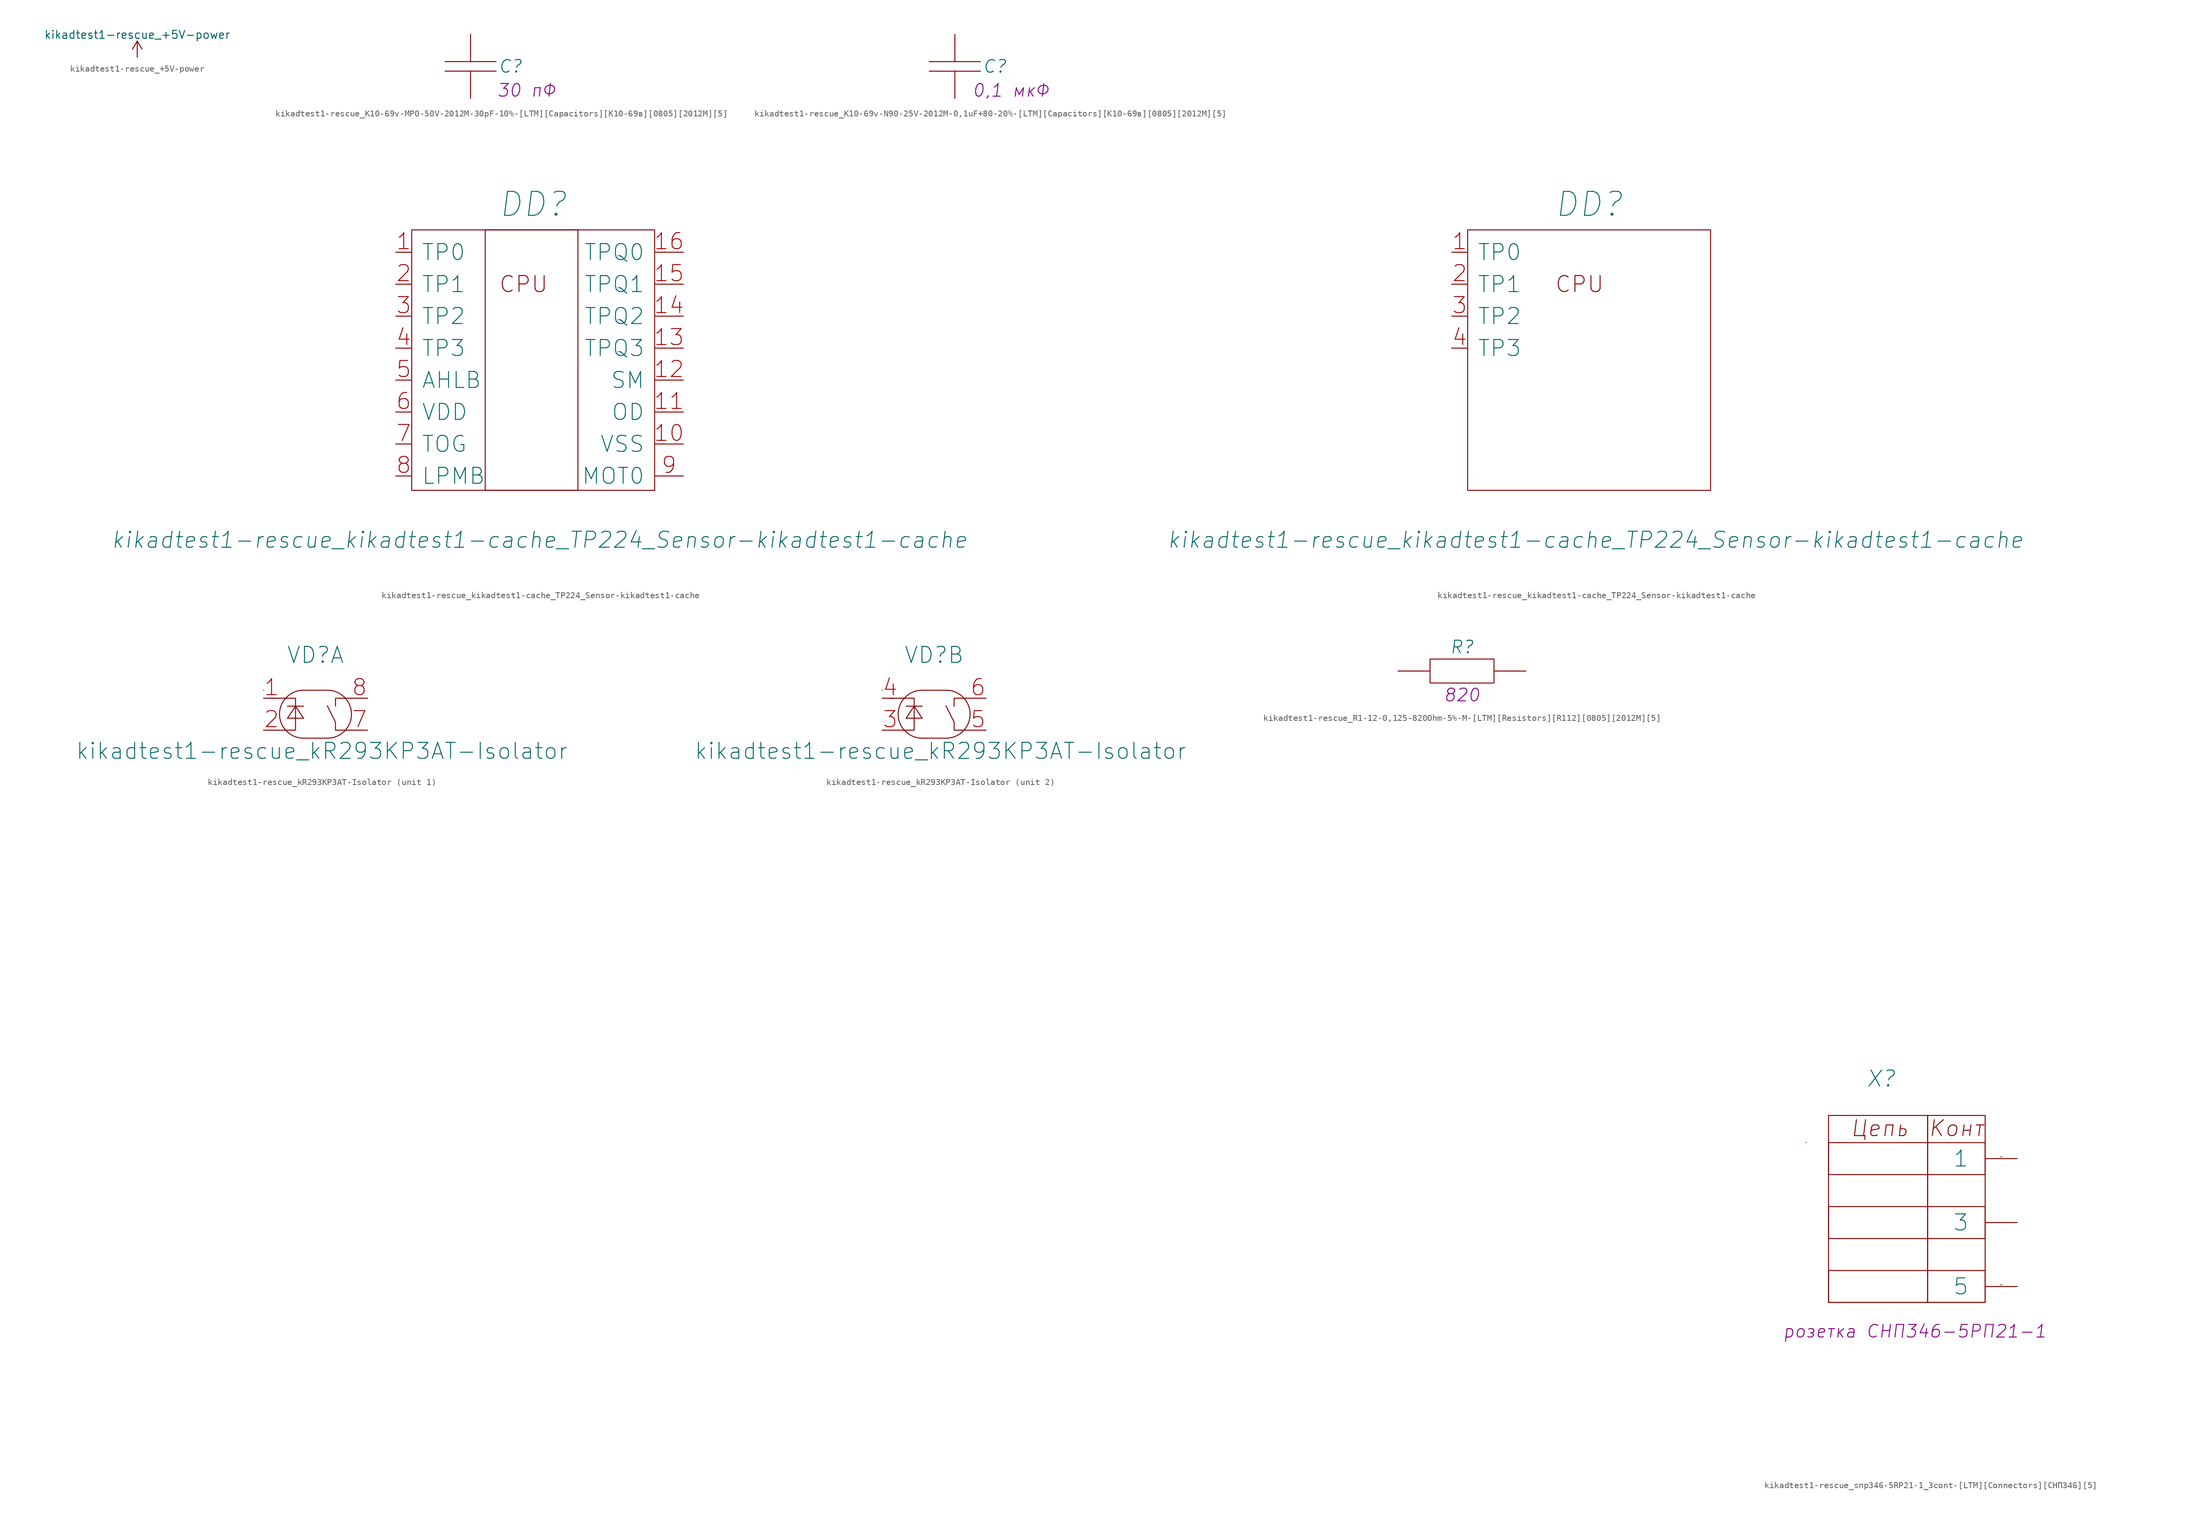
<source format=kicad_sym>
(kicad_symbol_lib
  (version 20210619)
  (generator kicad_symbol_editor)
  (symbol "kikadtest1-rescue_+5V-power"
    (power)
    (pin_names
      (offset 0))
    (property "Reference" "#PWR"
      (at 0 -3.81 0)
      (effects (font (size 1.27 1.27)) hide))
    (property "Value" "kikadtest1-rescue_+5V-power"
      (at 0 3.556 0)
      (effects (font (size 1.27 1.27))))
    (symbol "kikadtest1-rescue_+5V-power_0_1"
      (polyline (pts (xy -0.762 1.27) (xy 0 2.54)) (stroke (width 0)) (fill (type none)))
      (polyline (pts (xy 0 0) (xy 0 2.54)) (stroke (width 0)) (fill (type none)))
      (polyline (pts (xy 0 2.54) (xy 0.762 1.27)) (stroke (width 0)) (fill (type none))))
    (symbol "kikadtest1-rescue_+5V-power_1_1"
      (pin power_in line (at 0 0 90) (length 0) hide (name "+5V" (effects (font (size 1.27 1.27)))) (number "1" (effects (font (size 1.27 1.27)))))))
  (symbol "kikadtest1-rescue_K10-69v-MP0-50V-2012M-30pF-10%-[LTM][Capacitors][К10-69в][0805][2012M][5]"
    (pin_numbers hide)
    (pin_names
      (offset 0) hide)
    (property "Reference" "C"
      (at 6.35 0 0)
      (effects (font (size 2.007 2.007) italic)))
    (property "ValueName" "30 пФ"
      (at 8.89 -3.81 0)
      (effects (font (size 2.007 2.007) italic)))
    (symbol "kikadtest1-rescue_K10-69v-MP0-50V-2012M-30pF-10%-[LTM][Capacitors][К10-69в][0805][2012M][5]_0_1"
      (polyline (pts (xy -4.064 -0.762) (xy 4.064 -0.762)) (stroke (width 0)) (fill (type none)))
      (polyline (pts (xy -4.064 0.762) (xy 4.064 0.762)) (stroke (width 0)) (fill (type none))))
    (symbol "kikadtest1-rescue_K10-69v-MP0-50V-2012M-30pF-10%-[LTM][Capacitors][К10-69в][0805][2012M][5]_1_1"
      (pin passive line (at 0 -5.08 90) (length 4.318) (name "~" (effects (font (size 2.54 2.54)))) (number "1" (effects (font (size 2.54 2.54)))))
      (pin passive line (at 0 5.08 270) (length 4.318) (name "~" (effects (font (size 2.54 2.54)))) (number "2" (effects (font (size 2.54 2.54)))))))
  (symbol "kikadtest1-rescue_K10-69v-N90-25V-2012M-0,1uF+80-20%-[LTM][Capacitors][К10-69в][0805][2012M][5]"
    (pin_numbers hide)
    (pin_names
      (offset 0) hide)
    (property "Reference" "C"
      (at 6.35 0 0)
      (effects (font (size 2.007 2.007) italic)))
    (property "ValueName" "0,1 мкФ"
      (at 8.89 -3.81 0)
      (effects (font (size 2.007 2.007) italic)))
    (symbol "kikadtest1-rescue_K10-69v-N90-25V-2012M-0,1uF+80-20%-[LTM][Capacitors][К10-69в][0805][2012M][5]_0_1"
      (polyline (pts (xy -4.064 -0.762) (xy 4.064 -0.762)) (stroke (width 0)) (fill (type none)))
      (polyline (pts (xy -4.064 0.762) (xy 4.064 0.762)) (stroke (width 0)) (fill (type none))))
    (symbol "kikadtest1-rescue_K10-69v-N90-25V-2012M-0,1uF+80-20%-[LTM][Capacitors][К10-69в][0805][2012M][5]_1_1"
      (pin passive line (at 0 -5.08 90) (length 4.318) (name "~" (effects (font (size 2.54 2.54)))) (number "1" (effects (font (size 2.54 2.54)))))
      (pin passive line (at 0 5.08 270) (length 4.318) (name "~" (effects (font (size 2.54 2.54)))) (number "2" (effects (font (size 2.54 2.54)))))))
  (symbol "kikadtest1-rescue_kikadtest1-cache_TP224_Sensor-kikadtest1-cache"
    (pin_names
      (offset 1.524))
    (property "Reference" "DD"
      (at 21.844 7.62 0)
      (effects (font (size 3.81 3.81) italic)))
    (property "Value" "kikadtest1-rescue_kikadtest1-cache_TP224_Sensor-kikadtest1-cache"
      (at 22.86 -45.72 0)
      (effects (font (size 2.54 2.54) italic)))
    (symbol "kikadtest1-rescue_kikadtest1-cache_TP224_Sensor-kikadtest1-cache_0_0"
      (text "CPU" (at 20.32 -5.08 0) (effects (font (size 2.54 2.54))))
      (rectangle (start 2.54 2.54) (end 2.54 2.54) (stroke (width 0)) (fill (type none)))
      (rectangle (start 2.54 3.556) (end 41.148 -37.846) (stroke (width 0)) (fill (type none)))
      (rectangle (start 41.148 -37.846) (end 41.148 -37.846) (stroke (width 0)) (fill (type none)))
      (rectangle (start 41.148 -37.846) (end 41.148 -37.846) (stroke (width 0)) (fill (type none))))
    (symbol "kikadtest1-rescue_kikadtest1-cache_TP224_Sensor-kikadtest1-cache_0_1"
      (rectangle (start 14.224 -37.846) (end 28.956 3.556) (stroke (width 0)) (fill (type none)))
      (pin input line (at 45.72 -30.48 180) (length 4.572) (name "VSS" (effects (font (size 2.54 2.54)))) (number "10" (effects (font (size 2.54 2.54)))))
      (pin input line (at 45.72 -25.4 180) (length 4.572) (name "OD" (effects (font (size 2.54 2.54)))) (number "11" (effects (font (size 2.54 2.54)))))
      (pin input line (at 45.72 -20.32 180) (length 4.572) (name "SM" (effects (font (size 2.54 2.54)))) (number "12" (effects (font (size 2.54 2.54)))))
      (pin input line (at 45.72 -15.24 180) (length 4.572) (name "TPQ3" (effects (font (size 2.54 2.54)))) (number "13" (effects (font (size 2.54 2.54)))))
      (pin input line (at 45.72 -10.16 180) (length 4.572) (name "TPQ2" (effects (font (size 2.54 2.54)))) (number "14" (effects (font (size 2.54 2.54)))))
      (pin input line (at 45.72 -5.08 180) (length 4.572) (name "TPQ1" (effects (font (size 2.54 2.54)))) (number "15" (effects (font (size 2.54 2.54)))))
      (pin input line (at 45.72 0 180) (length 4.572) (name "TPQ0" (effects (font (size 2.54 2.54)))) (number "16" (effects (font (size 2.54 2.54)))))
      (pin input line (at 0 -5.08 0) (length 2.54) (name "TP1" (effects (font (size 2.54 2.54)))) (number "2" (effects (font (size 2.54 2.54)))))
      (pin input line (at 0 -10.16 0) (length 2.54) (name "TP2" (effects (font (size 2.54 2.54)))) (number "3" (effects (font (size 2.54 2.54)))))
      (pin input line (at 0 -15.24 0) (length 2.54) (name "TP3" (effects (font (size 2.54 2.54)))) (number "4" (effects (font (size 2.54 2.54)))))
      (pin input line (at 0 -20.32 0) (length 2.54) (name "AHLB" (effects (font (size 2.54 2.54)))) (number "5" (effects (font (size 2.54 2.54)))))
      (pin input line (at 0 -25.4 0) (length 2.54) (name "VDD" (effects (font (size 2.54 2.54)))) (number "6" (effects (font (size 2.54 2.54)))))
      (pin input line (at 0 -30.48 0) (length 2.54) (name "TOG" (effects (font (size 2.54 2.54)))) (number "7" (effects (font (size 2.54 2.54)))))
      (pin input line (at 0 -35.56 0) (length 2.54) (name "LPMB" (effects (font (size 2.54 2.54)))) (number "8" (effects (font (size 2.54 2.54)))))
      (pin input line (at 45.72 -35.56 180) (length 4.572) (name "MOT0" (effects (font (size 2.54 2.54)))) (number "9" (effects (font (size 2.54 2.54))))))
    (symbol "kikadtest1-rescue_kikadtest1-cache_TP224_Sensor-kikadtest1-cache_0_2"
      (pin input line (at 0 -5.08 0) (length 2.54) (name "TP1" (effects (font (size 2.54 2.54)))) (number "2" (effects (font (size 2.54 2.54)))))
      (pin input line (at 0 -10.16 0) (length 2.54) (name "TP2" (effects (font (size 2.54 2.54)))) (number "3" (effects (font (size 2.54 2.54)))))
      (pin input line (at 0 -15.24 0) (length 2.54) (name "TP3" (effects (font (size 2.54 2.54)))) (number "4" (effects (font (size 2.54 2.54))))))
    (symbol "kikadtest1-rescue_kikadtest1-cache_TP224_Sensor-kikadtest1-cache_1_1"
      (pin input line (at 0 0 0) (length 2.54) (name "TP0" (effects (font (size 2.54 2.54)))) (number "1" (effects (font (size 2.54 2.54))))))
    (symbol "kikadtest1-rescue_kikadtest1-cache_TP224_Sensor-kikadtest1-cache_1_2"
      (pin input line (at 0 0 0) (length 2.54) (name "TP0" (effects (font (size 2.54 2.54)))) (number "1" (effects (font (size 2.54 2.54)))))))
  (symbol "kikadtest1-rescue_kR293KP3AT-Isolator"
    (pin_names
      (offset 1.016))
    (property "Reference" "VD"
      (at 8.255 6.858 0)
      (effects (font (size 2.54 2.54))))
    (property "Value" "kikadtest1-rescue_kR293KP3AT-Isolator"
      (at 9.271 -8.382 0)
      (effects (font (size 2.54 2.54))))
    (symbol "kikadtest1-rescue_kR293KP3AT-Isolator_0_1"
      (arc (start 6.35 1.27) (end 6.35 -6.35) (radius (at 6.35 -2.54) (length 3.81) (angles 90.1 -90.1)) (stroke (width 0)) (fill (type none)))
      (arc (start 10.16 -6.35) (end 10.16 1.27) (radius (at 10.16 -2.54) (length 3.81) (angles -89.9 89.9)) (stroke (width 0)) (fill (type none)))
      (polyline (pts (xy 0 1.27) (xy 0 1.27)) (stroke (width 0)) (fill (type none)))
      (polyline (pts (xy 1.27 0) (xy 1.27 0)) (stroke (width 0)) (fill (type none)))
      (polyline (pts (xy 1.27 0) (xy 1.27 0)) (stroke (width 0)) (fill (type none)))
      (polyline (pts (xy 1.905 0) (xy 1.27 0)) (stroke (width 0)) (fill (type none)))
      (polyline (pts (xy 1.905 0) (xy 1.905 0)) (stroke (width 0)) (fill (type none)))
      (polyline (pts (xy 1.905 0) (xy 1.905 0)) (stroke (width 0)) (fill (type none)))
      (polyline (pts (xy 3.81 -3.175) (xy 3.81 -3.175)) (stroke (width 0)) (fill (type none)))
      (polyline (pts (xy 3.81 -1.27) (xy 6.35 -1.27)) (stroke (width 0)) (fill (type none)))
      (polyline (pts (xy 5.08 -1.27) (xy 3.81 -3.175)) (stroke (width 0)) (fill (type none)))
      (polyline (pts (xy 5.08 -1.27) (xy 5.08 -3.81)) (stroke (width 0)) (fill (type none)))
      (polyline (pts (xy 5.08 -1.27) (xy 5.08 -1.27)) (stroke (width 0)) (fill (type none)))
      (polyline (pts (xy 6.35 -6.35) (xy 6.35 -6.35)) (stroke (width 0)) (fill (type none)))
      (polyline (pts (xy 6.35 -6.35) (xy 10.16 -6.35)) (stroke (width 0)) (fill (type none)))
      (polyline (pts (xy 6.35 -3.175) (xy 3.81 -3.175)) (stroke (width 0)) (fill (type none)))
      (polyline (pts (xy 6.35 -3.175) (xy 5.08 -1.27)) (stroke (width 0)) (fill (type none)))
      (polyline (pts (xy 10.16 -1.27) (xy 10.16 -1.27)) (stroke (width 0)) (fill (type none)))
      (polyline (pts (xy 10.16 -1.27) (xy 10.16 -1.27)) (stroke (width 0)) (fill (type none)))
      (polyline (pts (xy 10.16 -1.27) (xy 10.16 -1.27)) (stroke (width 0)) (fill (type none)))
      (polyline (pts (xy 10.16 -1.27) (xy 10.16 -1.27)) (stroke (width 0)) (fill (type none)))
      (polyline (pts (xy 10.16 -1.27) (xy 10.16 -1.27)) (stroke (width 0)) (fill (type none)))
      (polyline (pts (xy 10.16 -1.27) (xy 10.16 -1.27)) (stroke (width 0)) (fill (type none)))
      (polyline (pts (xy 10.16 1.27) (xy 6.35 1.27)) (stroke (width 0)) (fill (type none)))
      (polyline (pts (xy 11.43 -3.81) (xy 10.16 -1.27)) (stroke (width 0)) (fill (type none)))
      (polyline (pts (xy 2.54 -5.08) (xy 5.08 -5.08) (xy 5.08 -3.81)) (stroke (width 0)) (fill (type none)))
      (polyline (pts (xy 2.54 0) (xy 5.08 0) (xy 5.08 -1.27)) (stroke (width 0)) (fill (type none)))
      (polyline (pts (xy 13.97 -5.08) (xy 11.43 -5.08) (xy 11.43 -3.81)) (stroke (width 0)) (fill (type none)))
      (polyline (pts (xy 13.97 0) (xy 11.43 0) (xy 11.43 -1.27)) (stroke (width 0)) (fill (type none))))
    (symbol "kikadtest1-rescue_kR293KP3AT-Isolator_1_1"
      (pin input line (at 0 0 0) (length 2.54) (name "~" (effects (font (size 2.54 2.54)))) (number "1" (effects (font (size 2.54 2.54)))))
      (pin input line (at 0 -5.08 0) (length 2.54) (name "~" (effects (font (size 2.54 2.54)))) (number "2" (effects (font (size 2.54 2.54)))))
      (pin input line (at 16.51 -5.08 180) (length 2.54) (name "~" (effects (font (size 2.54 2.54)))) (number "7" (effects (font (size 2.54 2.54)))))
      (pin input line (at 16.51 0 180) (length 2.54) (name "~" (effects (font (size 2.54 2.54)))) (number "8" (effects (font (size 2.54 2.54))))))
    (symbol "kikadtest1-rescue_kR293KP3AT-Isolator_2_1"
      (pin input line (at 0 -5.08 0) (length 2.54) (name "~" (effects (font (size 2.54 2.54)))) (number "3" (effects (font (size 2.54 2.54)))))
      (pin input line (at 0 0 0) (length 2.54) (name "~" (effects (font (size 2.54 2.54)))) (number "4" (effects (font (size 2.54 2.54)))))
      (pin input line (at 16.51 -5.08 180) (length 2.54) (name "~" (effects (font (size 2.54 2.54)))) (number "5" (effects (font (size 2.54 2.54)))))
      (pin input line (at 16.51 0 180) (length 2.54) (name "~" (effects (font (size 2.54 2.54)))) (number "6" (effects (font (size 2.54 2.54)))))))
  (symbol "kikadtest1-rescue_R1-12-0,125-820Ohm-5%-M-[LTM][Resistors][R112][0805][2012M][5]"
    (pin_numbers hide)
    (pin_names
      (offset 0) hide)
    (property "Reference" "R"
      (at 0 3.81 0)
      (effects (font (size 2.007 2.007) italic)))
    (property "ValueName" "820"
      (at 0 -3.81 0)
      (effects (font (size 2.007 2.007) italic)))
    (symbol "kikadtest1-rescue_R1-12-0,125-820Ohm-5%-M-[LTM][Resistors][R112][0805][2012M][5]_0_1"
      (rectangle (start -5.08 1.905) (end 5.08 -1.905) (stroke (width 0)) (fill (type none))))
    (symbol "kikadtest1-rescue_R1-12-0,125-820Ohm-5%-M-[LTM][Resistors][R112][0805][2012M][5]_1_1"
      (pin passive line (at -10.16 0 0) (length 5.08) (name "~" (effects (font (size 2.54 2.54)))) (number "1" (effects (font (size 2.54 2.54)))))
      (pin passive line (at 10.16 0 180) (length 5.08) (name "~" (effects (font (size 2.54 2.54)))) (number "2" (effects (font (size 2.54 2.54)))))))
  (symbol "kikadtest1-rescue_snp346-5RP21-1_3cont-[LTM][Connectors][СНП346][5]"
    (pin_names
      (offset 2.54))
    (property "Reference" "X"
      (at -21.59 12.7 0)
      (effects (font (size 2.54 2.54) italic)))
    (property "ValueName" "розетка СНП346-5PП21-1"
      (at -16.256 -27.432 0)
      (effects (font (size 2.007 2.007) italic)))
    (property "PIN1" "  "
      (at -3.81 1.524 0)
      (effects (font (size 2.007 2.007) italic)))
    (property "PIN2" "   "
      (at -41.91 0 0)
      (effects (font (size 2.007 2.007) italic)))
    (property "PIN3" " "
      (at -41.91 -5.08 0)
      (effects (font (size 2.007 2.007) italic)))
    (property "PIN4" "  "
      (at -44.45 71.12 0)
      (effects (font (size 2.007 2.007) italic)))
    (property "PIN5" " "
      (at -44.45 66.04 0)
      (effects (font (size 2.007 2.007) italic)))
    (symbol "kikadtest1-rescue_snp346-5RP21-1_3cont-[LTM][Connectors][СНП346][5]_0_0"
      (pin passive line (at 0 0 180) (length 5.08) (name "1" (effects (font (size 2.54 2.54)))) (number "1" (effects (font (size 0.025 0.025)))))
      (pin passive line (at 0 -10.16 180) (length 5.08) (name "3" (effects (font (size 2.54 2.54)))) (number "3" (effects (font (size 0 0)))))
      (pin passive line (at 0 -20.32 180) (length 5.08) (name "5" (effects (font (size 2.54 2.54)))) (number "5" (effects (font (size 0.025 0.025))))))
    (symbol "kikadtest1-rescue_snp346-5RP21-1_3cont-[LTM][Connectors][СНП346][5]_1_1"
      (text " " (at 14.986 -16.51 0) (effects (font (size 2.007 2.007) italic)))
      (text " " (at 14.986 -11.43 0) (effects (font (size 2.007 2.007) italic)))
      (text " " (at 14.986 -6.35 0) (effects (font (size 2.007 2.007) italic)))
      (text " " (at 14.986 -1.27 0) (effects (font (size 2.007 2.007) italic)))
      (text " " (at 14.986 13.97 0) (effects (font (size 2.007 2.007) italic)))
      (text " " (at 17.526 -38.1 0) (effects (font (size 2.007 2.007) italic)))
      (text " " (at 17.526 -33.02 0) (effects (font (size 2.007 2.007) italic)))
      (text " " (at 17.526 -27.94 0) (effects (font (size 2.007 2.007) italic)))
      (text "Конт" (at -9.652 4.826 0) (effects (font (size 2.54 2.54) italic)))
      (text "Цепь" (at -21.844 4.826 0) (effects (font (size 2.54 2.54) italic)))
      (rectangle (start -33.528 2.54) (end -33.528 2.54) (stroke (width 0)) (fill (type none)))
      (rectangle (start -29.972 2.54) (end -5.08 -2.54) (stroke (width 0)) (fill (type none)))
      (rectangle (start -14.224 6.858) (end -29.972 -22.86) (stroke (width 0)) (fill (type none)))
      (rectangle (start -5.08 -17.78) (end -29.972 -22.86) (stroke (width 0)) (fill (type none)))
      (rectangle (start -5.08 -7.62) (end -29.972 -12.7) (stroke (width 0)) (fill (type none)))
      (rectangle (start -5.08 6.858) (end -14.224 -22.86) (stroke (width 0)) (fill (type none))))))
</source>
